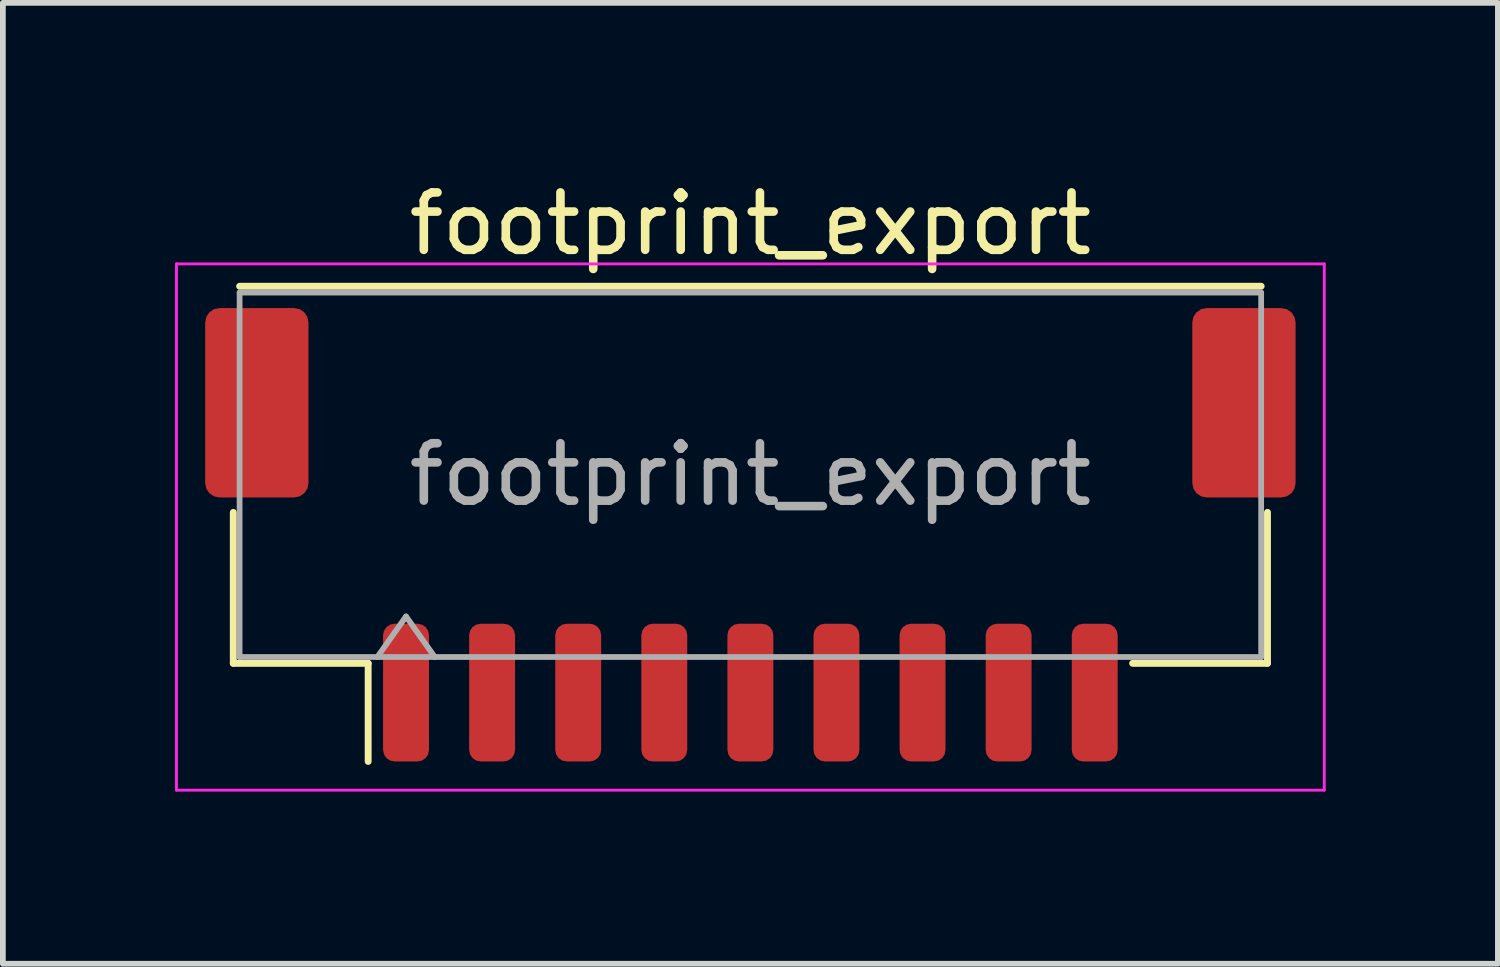
<source format=kicad_pcb>
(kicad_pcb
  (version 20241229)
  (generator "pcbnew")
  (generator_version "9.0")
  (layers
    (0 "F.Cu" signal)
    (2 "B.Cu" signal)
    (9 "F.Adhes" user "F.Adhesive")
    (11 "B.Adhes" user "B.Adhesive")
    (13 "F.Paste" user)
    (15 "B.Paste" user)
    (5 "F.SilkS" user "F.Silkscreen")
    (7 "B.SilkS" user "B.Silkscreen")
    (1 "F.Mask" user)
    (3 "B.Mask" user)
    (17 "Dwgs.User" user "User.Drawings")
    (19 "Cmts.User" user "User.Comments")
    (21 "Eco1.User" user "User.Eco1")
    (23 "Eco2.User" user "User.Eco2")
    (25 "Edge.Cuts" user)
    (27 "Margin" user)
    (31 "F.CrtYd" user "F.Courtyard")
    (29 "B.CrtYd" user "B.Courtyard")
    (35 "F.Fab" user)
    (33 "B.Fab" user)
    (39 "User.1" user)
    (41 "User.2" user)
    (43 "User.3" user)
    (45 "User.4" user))
  (footprint "footprint_export"
    (layer "F.Cu")
    (at 10.025 6.268)
    (property "Reference" "footprint_export" (at 0 -5.42 0) (layer "F.SilkS") (effects (font (size 1 1) (thickness 0.15))))
    (attr smd)
    (fp_line (start -9.01 -0.39) (end -9.01 2.24) (stroke (width 0.12) (type solid)) (layer "F.SilkS"))
    (fp_line (start -9.01 2.24) (end -6.66 2.24) (stroke (width 0.12) (type solid)) (layer "F.SilkS"))
    (fp_line (start -8.9 -4.33) (end 8.9 -4.33) (stroke (width 0.12) (type solid)) (layer "F.SilkS"))
    (fp_line (start -6.66 2.24) (end -6.66 3.95) (stroke (width 0.12) (type solid)) (layer "F.SilkS"))
    (fp_line (start 9.01 -0.39) (end 9.01 2.24) (stroke (width 0.12) (type solid)) (layer "F.SilkS"))
    (fp_line (start 9.01 2.24) (end 6.66 2.24) (stroke (width 0.12) (type solid)) (layer "F.SilkS"))
    (fp_line (start -10 -4.72) (end -10 4.45) (stroke (width 0.05) (type solid)) (layer "F.CrtYd"))
    (fp_line (start -10 4.45) (end 10 4.45) (stroke (width 0.05) (type solid)) (layer "F.CrtYd"))
    (fp_line (start 10 -4.72) (end -10 -4.72) (stroke (width 0.05) (type solid)) (layer "F.CrtYd"))
    (fp_line (start 10 4.45) (end 10 -4.72) (stroke (width 0.05) (type solid)) (layer "F.CrtYd"))
    (fp_line (start -8.9 -4.22) (end 8.9 -4.22) (stroke (width 0.1) (type solid)) (layer "F.Fab"))
    (fp_line (start -8.9 2.13) (end -8.9 -4.22) (stroke (width 0.1) (type solid)) (layer "F.Fab"))
    (fp_line (start -8.9 2.13) (end 8.9 2.13) (stroke (width 0.1) (type solid)) (layer "F.Fab"))
    (fp_line (start -6.5 2.13) (end -6 1.423) (stroke (width 0.1) (type solid)) (layer "F.Fab"))
    (fp_line (start -6 1.423) (end -5.5 2.13) (stroke (width 0.1) (type solid)) (layer "F.Fab"))
    (fp_line (start 8.9 2.13) (end 8.9 -4.22) (stroke (width 0.1) (type solid)) (layer "F.Fab"))
    (fp_text user "${REFERENCE}" (at 0 -1.05 0) (layer "F.Fab") (effects (font (size 1 1) (thickness 0.15))))
    (pad "1" smd roundrect (at -6 2.75) (size 0.8 2.4) (layers "F.Cu" "F.Mask" "F.Paste") (roundrect_rratio 0.25))
    (pad "2" smd roundrect (at -4.5 2.75) (size 0.8 2.4) (layers "F.Cu" "F.Mask" "F.Paste") (roundrect_rratio 0.25))
    (pad "3" smd roundrect (at -3 2.75) (size 0.8 2.4) (layers "F.Cu" "F.Mask" "F.Paste") (roundrect_rratio 0.25))
    (pad "4" smd roundrect (at -1.5 2.75) (size 0.8 2.4) (layers "F.Cu" "F.Mask" "F.Paste") (roundrect_rratio 0.25))
    (pad "5" smd roundrect (at 0 2.75) (size 0.8 2.4) (layers "F.Cu" "F.Mask" "F.Paste") (roundrect_rratio 0.25))
    (pad "6" smd roundrect (at 1.5 2.75) (size 0.8 2.4) (layers "F.Cu" "F.Mask" "F.Paste") (roundrect_rratio 0.25))
    (pad "7" smd roundrect (at 3 2.75) (size 0.8 2.4) (layers "F.Cu" "F.Mask" "F.Paste") (roundrect_rratio 0.25))
    (pad "8" smd roundrect (at 4.5 2.75) (size 0.8 2.4) (layers "F.Cu" "F.Mask" "F.Paste") (roundrect_rratio 0.25))
    (pad "9" smd roundrect (at 6 2.75) (size 0.8 2.4) (layers "F.Cu" "F.Mask" "F.Paste") (roundrect_rratio 0.25))
    (pad "MP" smd roundrect (at -8.6 -2.3) (size 1.8 3.3) (layers "F.Cu" "F.Mask" "F.Paste") (roundrect_rratio 0.139))
    (pad "MP" smd roundrect (at 8.6 -2.3) (size 1.8 3.3) (layers "F.Cu" "F.Mask" "F.Paste") (roundrect_rratio 0.139)))
  (gr_rect
    (start -3 -3)
    (end 23.05 13.743)
    (stroke (width 0.1) (type default))
    (fill no)
    (layer "Edge.Cuts")))
</source>
